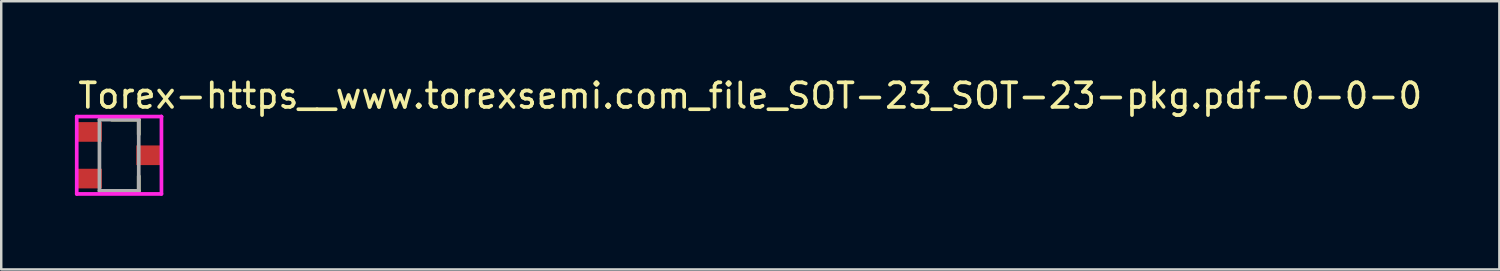
<source format=kicad_pcb>
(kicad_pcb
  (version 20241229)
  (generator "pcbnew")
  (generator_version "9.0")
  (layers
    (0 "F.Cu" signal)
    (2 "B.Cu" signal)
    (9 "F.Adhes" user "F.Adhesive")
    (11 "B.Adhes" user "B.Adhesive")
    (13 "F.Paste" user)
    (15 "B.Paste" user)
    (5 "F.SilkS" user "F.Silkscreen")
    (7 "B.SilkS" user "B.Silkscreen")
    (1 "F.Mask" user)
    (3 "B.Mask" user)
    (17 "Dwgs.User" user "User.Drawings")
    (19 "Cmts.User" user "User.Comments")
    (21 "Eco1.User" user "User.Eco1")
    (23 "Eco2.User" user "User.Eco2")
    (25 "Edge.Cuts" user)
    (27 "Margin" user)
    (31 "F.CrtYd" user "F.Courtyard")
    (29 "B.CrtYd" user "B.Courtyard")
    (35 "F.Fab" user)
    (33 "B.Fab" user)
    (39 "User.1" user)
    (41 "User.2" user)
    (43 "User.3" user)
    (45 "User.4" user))
  (footprint "Torex-https__www.torexsemi.com_file_SOT-23_SOT-23-pkg.pdf-0-0-0"
    (layer "F.Cu")
    (at 1.8 3.273)
    (property "Reference" "Torex-https__www.torexsemi.com_file_SOT-23_SOT-23-pkg.pdf-0-0-0" (at -1.753 -2.425 0) (layer "F.SilkS") (effects (font (size 1 1) (thickness 0.15)) (justify left)))
    (attr through_hole)
    (fp_line (start -0.3 1.45) (end 0.8 1.45) (stroke (width 0.15) (type solid)) (layer "F.SilkS"))
    (fp_line (start 0.8 -1.45) (end -0.3 -1.45) (stroke (width 0.15) (type solid)) (layer "F.SilkS"))
    (fp_line (start 0.8 -1.45) (end 0.8 -0.85) (stroke (width 0.15) (type solid)) (layer "F.SilkS"))
    (fp_line (start 0.8 0.85) (end 0.8 1.45) (stroke (width 0.15) (type solid)) (layer "F.SilkS"))
    (fp_line (start -1.725 -1.575) (end -1.725 1.575) (stroke (width 0.15) (type solid)) (layer "F.CrtYd"))
    (fp_line (start -1.725 1.575) (end 1.725 1.575) (stroke (width 0.15) (type solid)) (layer "F.CrtYd"))
    (fp_line (start 1.725 -1.575) (end -1.725 -1.575) (stroke (width 0.15) (type solid)) (layer "F.CrtYd"))
    (fp_line (start 1.725 -1.575) (end 1.725 -1.575) (stroke (width 0.15) (type solid)) (layer "F.CrtYd"))
    (fp_line (start 1.725 1.575) (end 1.725 -1.575) (stroke (width 0.15) (type solid)) (layer "F.CrtYd"))
    (fp_line (start -0.8 -1.45) (end 0.8 -1.45) (stroke (width 0.15) (type solid)) (layer "F.Fab"))
    (fp_line (start -0.8 1.45) (end -0.8 -1.45) (stroke (width 0.15) (type solid)) (layer "F.Fab"))
    (fp_line (start 0.8 -1.45) (end 0.8 1.45) (stroke (width 0.15) (type solid)) (layer "F.Fab"))
    (fp_line (start 0.8 1.45) (end -0.8 1.45) (stroke (width 0.15) (type solid)) (layer "F.Fab"))
    (pad "1" smd rect (at -1.2 -0.95) (size 1 0.8) (layers "F.Cu" "F.Mask" "F.Paste"))
    (pad "2" smd rect (at -1.2 0.95) (size 1 0.8) (layers "F.Cu" "F.Mask" "F.Paste"))
    (pad "3" smd rect (at 1.2 0) (size 1 0.8) (layers "F.Cu" "F.Mask" "F.Paste")))
  (gr_rect
    (start -3 -3)
    (end 58.011 7.923)
    (stroke (width 0.1) (type default))
    (fill no)
    (layer "Edge.Cuts")))
</source>
